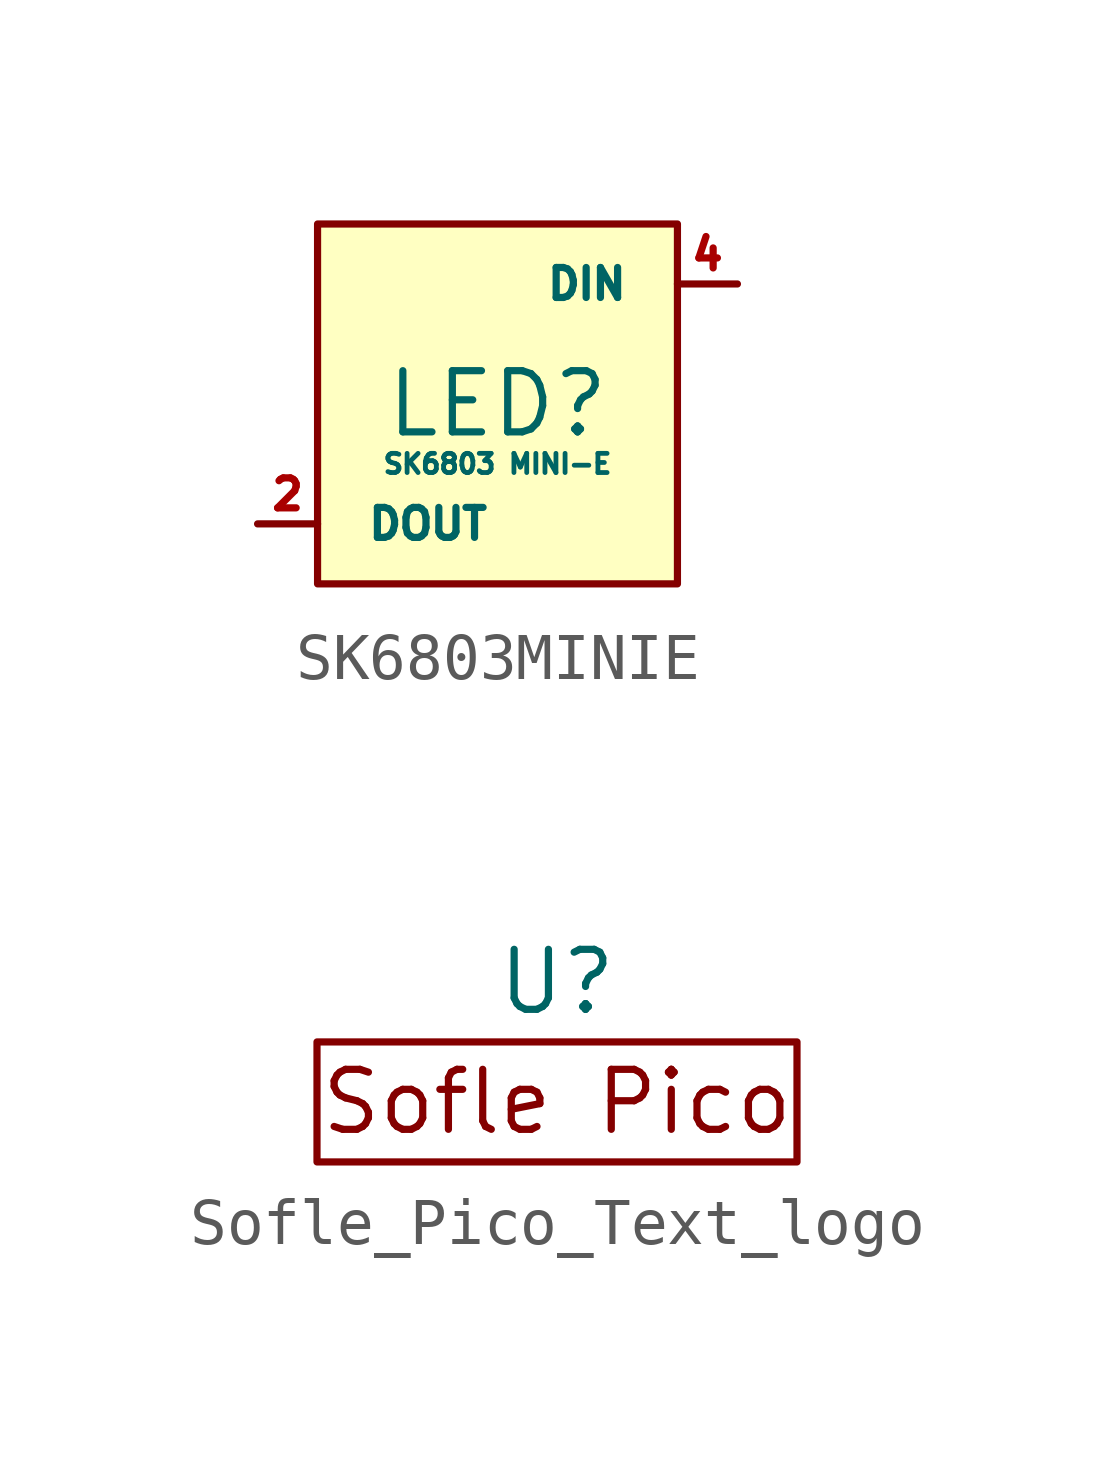
<source format=kicad_sym>
(kicad_symbol_lib
  (version 20220914)
  (generator kicad_symbol_editor)
  (symbol "SK6803MINIE"
    (pin_names
      (offset 1.016))
    (property "Reference" "LED"
      (at 0 0 0)
      (effects (font (size 1.295 1.295))))
    (property "Value" "SK6803 MINI-E"
      (at 0 -1.27 0)
      (effects (font (size 0.406 0.406))))
    (symbol "SK6803MINIE_1_1"
      (rectangle (start -3.81 3.81) (end 3.81 -3.81) (stroke (width 0) (type solid)) (fill (type background)))
      (pin power_in line (at -5.08 2.54 0) (length 1.27) hide (name "VDD" (effects (font (size 0.635 0.635)))) (number "1" (effects (font (size 0.635 0.635)))))
      (pin output line (at -5.08 -2.54 0) (length 1.27) (name "DOUT" (effects (font (size 0.635 0.635)))) (number "2" (effects (font (size 0.635 0.635)))))
      (pin power_in line (at 5.08 -2.54 180) (length 1.27) hide (name "GND" (effects (font (size 0.635 0.635)))) (number "3" (effects (font (size 0.635 0.635)))))
      (pin input line (at 5.08 2.54 180) (length 1.27) (name "DIN" (effects (font (size 0.635 0.635)))) (number "4" (effects (font (size 0.635 0.635)))))))
  (symbol "Sofle_Pico_Text_logo"
    (property "Reference" "U"
      (at 0 2.54 0)
      (effects (font (size 1.27 1.27))))
    (property "Value" ""
      (at 0 0 0)
      (effects (font (size 1.27 1.27))))
    (symbol "Sofle_Pico_Text_logo_1_1"
      (rectangle (start -5.08 1.27) (end 5.08 -1.27) (stroke (width 0) (type default)) (fill (type none)))
      (text "Sofle Pico" (at 0 0 0) (effects (font (size 1.27 1.27)))))))
</source>
